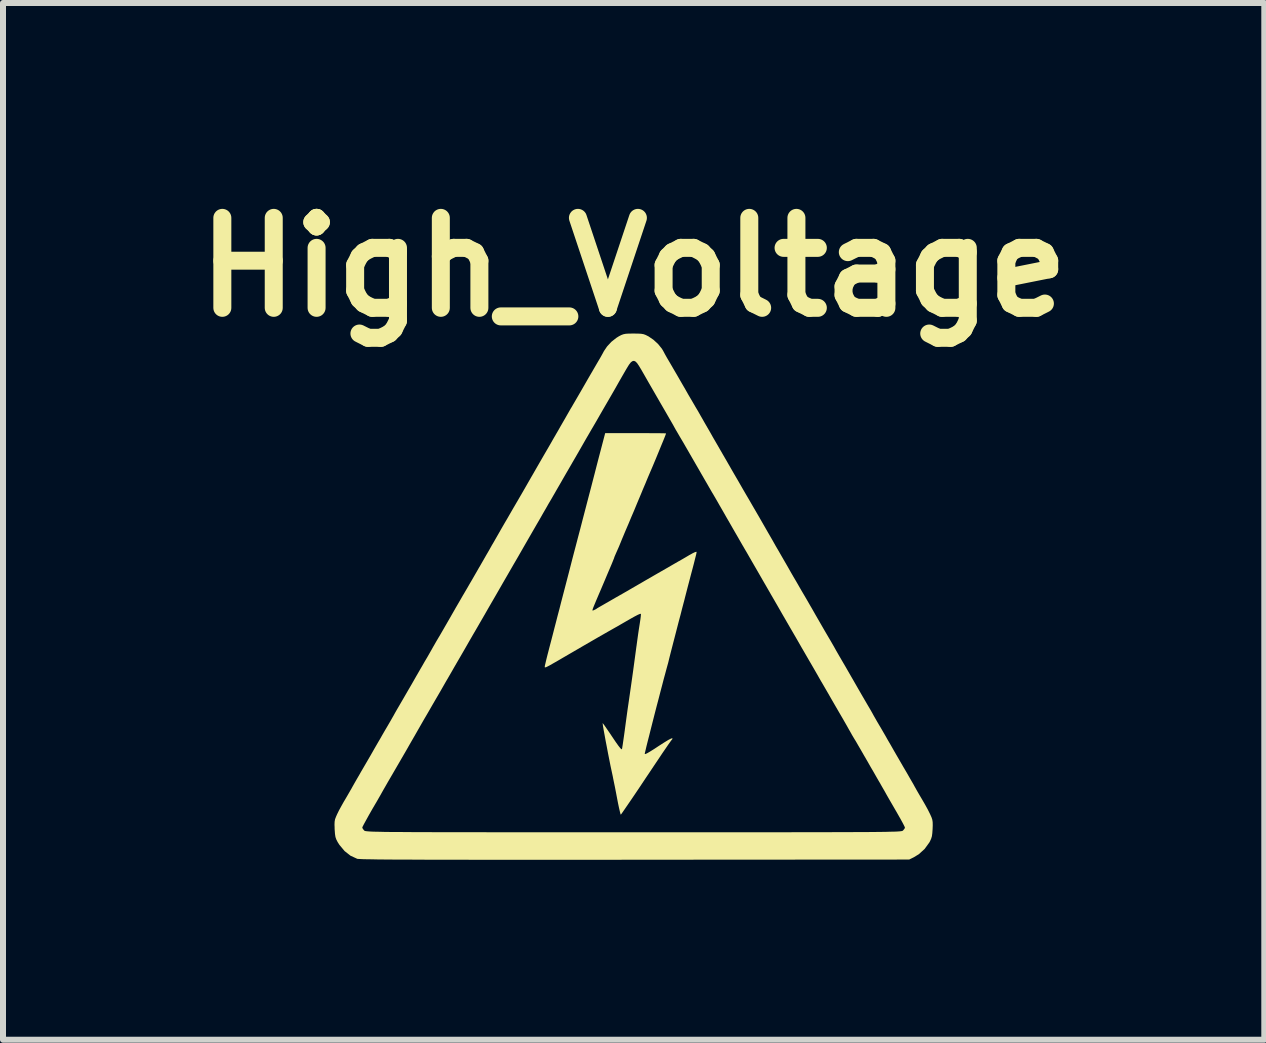
<source format=kicad_pcb>
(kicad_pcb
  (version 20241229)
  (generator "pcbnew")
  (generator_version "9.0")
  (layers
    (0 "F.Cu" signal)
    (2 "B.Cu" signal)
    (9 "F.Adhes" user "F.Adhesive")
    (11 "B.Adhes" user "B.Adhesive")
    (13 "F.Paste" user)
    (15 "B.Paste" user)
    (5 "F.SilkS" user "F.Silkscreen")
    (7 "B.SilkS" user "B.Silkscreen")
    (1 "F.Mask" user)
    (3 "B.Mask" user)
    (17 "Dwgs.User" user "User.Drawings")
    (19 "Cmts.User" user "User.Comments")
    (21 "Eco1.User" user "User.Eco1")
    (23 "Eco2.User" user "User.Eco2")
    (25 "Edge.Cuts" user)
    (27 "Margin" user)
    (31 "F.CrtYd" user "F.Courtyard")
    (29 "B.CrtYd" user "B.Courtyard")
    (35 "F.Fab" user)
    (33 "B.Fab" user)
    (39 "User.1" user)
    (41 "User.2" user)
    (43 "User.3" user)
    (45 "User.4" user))
  (footprint "High_Voltage"
    (layer "F.Cu")
    (at 7.514 6.904)
    (property "Reference" "High_Voltage" (at 0 -5.5 0) (layer "F.SilkS") (effects (font (size 1.5 1.5) (thickness 0.3))))
    (attr board_only exclude_from_pos_files exclude_from_bom)
    (fp_poly (pts (xy 0.155 -2.733) (xy 0.266 -2.732) (xy 0.363 -2.732) (xy 0.442 -2.731) (xy 0.501 -2.73) (xy 0.534 -2.729) (xy 0.54 -2.728) (xy 0.535 -2.71) (xy 0.518 -2.666) (xy 0.491 -2.599) (xy 0.455 -2.512) (xy 0.412 -2.407) (xy 0.363 -2.288) (xy 0.308 -2.157) (xy 0.27 -2.069) (xy 0.233 -1.982) (xy 0.196 -1.892) (xy 0.161 -1.81) (xy 0.134 -1.745) (xy 0.131 -1.737) (xy 0.097 -1.656) (xy 0.055 -1.556) (xy 0.009 -1.444) (xy -0.04 -1.33) (xy -0.085 -1.222) (xy -0.125 -1.129) (xy -0.142 -1.089) (xy -0.17 -1.022) (xy -0.198 -0.955) (xy -0.219 -0.903) (xy -0.244 -0.842) (xy -0.274 -0.774) (xy -0.287 -0.745) (xy -0.307 -0.699) (xy -0.321 -0.666) (xy -0.324 -0.655) (xy -0.326 -0.648) (xy -0.334 -0.629) (xy -0.347 -0.596) (xy -0.367 -0.547) (xy -0.396 -0.479) (xy -0.434 -0.39) (xy -0.481 -0.278) (xy -0.54 -0.139) (xy -0.54 -0.139) (xy -0.588 -0.027) (xy -0.625 0.06) (xy -0.652 0.125) (xy -0.671 0.171) (xy -0.682 0.201) (xy -0.686 0.218) (xy -0.685 0.225) (xy -0.679 0.225) (xy -0.671 0.222) (xy -0.667 0.221) (xy -0.636 0.206) (xy -0.625 0.2) (xy -0.605 0.186) (xy -0.566 0.163) (xy -0.517 0.135) (xy -0.465 0.105) (xy -0.39 0.062) (xy -0.295 0.007) (xy -0.184 -0.056) (xy -0.061 -0.127) (xy 0.07 -0.203) (xy 0.206 -0.282) (xy 0.343 -0.361) (xy 0.44 -0.417) (xy 0.531 -0.469) (xy 0.619 -0.52) (xy 0.697 -0.565) (xy 0.756 -0.599) (xy 0.757 -0.599) (xy 0.804 -0.626) (xy 0.866 -0.662) (xy 0.93 -0.7) (xy 0.938 -0.704) (xy 0.988 -0.732) (xy 1.027 -0.75) (xy 1.048 -0.754) (xy 1.05 -0.752) (xy 1.049 -0.743) (xy 1.047 -0.731) (xy 1.043 -0.711) (xy 1.035 -0.679) (xy 1.023 -0.632) (xy 1.007 -0.567) (xy 0.984 -0.479) (xy 0.957 -0.378) (xy 0.931 -0.278) (xy 0.903 -0.172) (xy 0.877 -0.071) (xy 0.855 0.014) (xy 0.849 0.039) (xy 0.828 0.118) (xy 0.806 0.202) (xy 0.782 0.297) (xy 0.753 0.405) (xy 0.72 0.533) (xy 0.681 0.684) (xy 0.664 0.749) (xy 0.643 0.831) (xy 0.622 0.912) (xy 0.604 0.983) (xy 0.593 1.027) (xy 0.577 1.093) (xy 0.556 1.169) (xy 0.54 1.228) (xy 0.524 1.288) (xy 0.502 1.368) (xy 0.477 1.465) (xy 0.448 1.575) (xy 0.417 1.695) (xy 0.384 1.82) (xy 0.351 1.948) (xy 0.319 2.074) (xy 0.288 2.196) (xy 0.26 2.308) (xy 0.234 2.409) (xy 0.213 2.493) (xy 0.198 2.558) (xy 0.188 2.599) (xy 0.185 2.614) (xy 0.195 2.618) (xy 0.223 2.606) (xy 0.273 2.577) (xy 0.345 2.532) (xy 0.413 2.487) (xy 0.508 2.426) (xy 0.578 2.383) (xy 0.625 2.359) (xy 0.647 2.354) (xy 0.646 2.368) (xy 0.622 2.398) (xy 0.608 2.418) (xy 0.578 2.46) (xy 0.535 2.523) (xy 0.48 2.603) (xy 0.416 2.699) (xy 0.344 2.806) (xy 0.266 2.923) (xy 0.194 3.03) (xy 0.113 3.152) (xy 0.037 3.265) (xy -0.032 3.367) (xy -0.093 3.456) (xy -0.143 3.529) (xy -0.181 3.584) (xy -0.205 3.618) (xy -0.214 3.629) (xy -0.22 3.614) (xy -0.23 3.574) (xy -0.244 3.513) (xy -0.26 3.437) (xy -0.276 3.354) (xy -0.294 3.259) (xy -0.312 3.166) (xy -0.329 3.084) (xy -0.342 3.02) (xy -0.348 2.988) (xy -0.365 2.909) (xy -0.385 2.816) (xy -0.405 2.715) (xy -0.426 2.609) (xy -0.446 2.503) (xy -0.466 2.4) (xy -0.483 2.306) (xy -0.498 2.225) (xy -0.509 2.161) (xy -0.515 2.119) (xy -0.517 2.102) (xy -0.517 2.102) (xy -0.507 2.113) (xy -0.483 2.145) (xy -0.448 2.196) (xy -0.404 2.26) (xy -0.357 2.33) (xy -0.297 2.419) (xy -0.252 2.482) (xy -0.22 2.522) (xy -0.201 2.538) (xy -0.194 2.536) (xy -0.19 2.513) (xy -0.182 2.464) (xy -0.172 2.395) (xy -0.16 2.312) (xy -0.147 2.219) (xy -0.147 2.216) (xy -0.132 2.105) (xy -0.116 1.987) (xy -0.1 1.871) (xy -0.085 1.769) (xy -0.077 1.714) (xy -0.043 1.478) (xy -0.01 1.244) (xy 0.02 1.023) (xy 0.047 0.823) (xy 0.048 0.818) (xy 0.061 0.722) (xy 0.075 0.621) (xy 0.089 0.527) (xy 0.101 0.451) (xy 0.102 0.445) (xy 0.112 0.379) (xy 0.119 0.325) (xy 0.122 0.289) (xy 0.121 0.28) (xy 0.107 0.281) (xy 0.071 0.296) (xy 0.019 0.323) (xy -0.044 0.358) (xy -0.054 0.364) (xy -0.136 0.411) (xy -0.226 0.463) (xy -0.31 0.511) (xy -0.363 0.541) (xy -0.423 0.575) (xy -0.505 0.622) (xy -0.603 0.678) (xy -0.712 0.741) (xy -0.826 0.807) (xy -0.941 0.874) (xy -1.051 0.938) (xy -1.058 0.942) (xy -1.175 1.01) (xy -1.269 1.065) (xy -1.341 1.106) (xy -1.395 1.137) (xy -1.433 1.157) (xy -1.458 1.169) (xy -1.473 1.173) (xy -1.48 1.172) (xy -1.482 1.167) (xy -1.482 1.165) (xy -1.479 1.142) (xy -1.468 1.096) (xy -1.453 1.032) (xy -1.434 0.956) (xy -1.427 0.93) (xy -1.401 0.829) (xy -1.371 0.715) (xy -1.342 0.603) (xy -1.32 0.517) (xy -1.295 0.421) (xy -1.266 0.308) (xy -1.236 0.195) (xy -1.212 0.1) (xy -1.139 -0.18) (xy -1.073 -0.434) (xy -1.021 -0.637) (xy -0.997 -0.729) (xy -0.969 -0.835) (xy -0.942 -0.938) (xy -0.928 -0.992) (xy -0.888 -1.143) (xy -0.847 -1.302) (xy -0.802 -1.474) (xy -0.752 -1.666) (xy -0.711 -1.822) (xy -0.682 -1.934) (xy -0.648 -2.065) (xy -0.613 -2.202) (xy -0.579 -2.333) (xy -0.556 -2.42) (xy -0.474 -2.733) (xy 0.033 -2.733)) (stroke (width 0) (type solid)) (fill yes) (layer "F.SilkS"))
    (fp_poly (pts (xy 0.075 -4.392) (xy 0.127 -4.389) (xy 0.167 -4.382) (xy 0.202 -4.369) (xy 0.241 -4.349) (xy 0.246 -4.347) (xy 0.331 -4.289) (xy 0.409 -4.217) (xy 0.472 -4.139) (xy 0.495 -4.1) (xy 0.521 -4.051) (xy 0.554 -3.992) (xy 0.577 -3.953) (xy 0.6 -3.914) (xy 0.635 -3.854) (xy 0.679 -3.778) (xy 0.73 -3.691) (xy 0.784 -3.597) (xy 0.806 -3.559) (xy 0.86 -3.466) (xy 0.911 -3.376) (xy 0.958 -3.296) (xy 0.996 -3.231) (xy 1.023 -3.185) (xy 1.03 -3.172) (xy 1.065 -3.114) (xy 1.1 -3.053) (xy 1.115 -3.026) (xy 1.144 -2.976) (xy 1.179 -2.914) (xy 1.212 -2.857) (xy 1.246 -2.798) (xy 1.278 -2.743) (xy 1.301 -2.702) (xy 1.316 -2.675) (xy 1.345 -2.625) (xy 1.385 -2.556) (xy 1.434 -2.471) (xy 1.49 -2.374) (xy 1.551 -2.269) (xy 1.614 -2.159) (xy 1.678 -2.048) (xy 1.741 -1.94) (xy 1.791 -1.853) (xy 1.826 -1.792) (xy 1.869 -1.718) (xy 1.913 -1.643) (xy 1.926 -1.621) (xy 1.971 -1.543) (xy 2.029 -1.443) (xy 2.096 -1.328) (xy 2.167 -1.204) (xy 2.241 -1.075) (xy 2.314 -0.949) (xy 2.333 -0.915) (xy 2.369 -0.851) (xy 2.417 -0.769) (xy 2.471 -0.675) (xy 2.527 -0.578) (xy 2.571 -0.502) (xy 2.619 -0.417) (xy 2.664 -0.339) (xy 2.703 -0.273) (xy 2.732 -0.223) (xy 2.749 -0.194) (xy 2.749 -0.193) (xy 2.771 -0.155) (xy 2.801 -0.103) (xy 2.83 -0.054) (xy 2.862 0.000464) (xy 2.903 0.071) (xy 2.946 0.146) (xy 2.969 0.185) (xy 3.035 0.301) (xy 3.11 0.431) (xy 3.186 0.563) (xy 3.257 0.684) (xy 3.286 0.733) (xy 3.32 0.792) (xy 3.353 0.85) (xy 3.374 0.888) (xy 3.401 0.935) (xy 3.435 0.994) (xy 3.463 1.042) (xy 3.495 1.097) (xy 3.536 1.167) (xy 3.579 1.242) (xy 3.602 1.282) (xy 3.669 1.398) (xy 3.744 1.529) (xy 3.822 1.664) (xy 3.896 1.791) (xy 3.919 1.83) (xy 3.952 1.886) (xy 3.983 1.941) (xy 4.002 1.976) (xy 4.026 2.018) (xy 4.058 2.074) (xy 4.089 2.127) (xy 4.122 2.182) (xy 4.163 2.253) (xy 4.207 2.329) (xy 4.232 2.374) (xy 4.288 2.47) (xy 4.35 2.579) (xy 4.422 2.703) (xy 4.506 2.848) (xy 4.552 2.926) (xy 4.6 3.01) (xy 4.637 3.074) (xy 4.665 3.122) (xy 4.686 3.161) (xy 4.706 3.196) (xy 4.71 3.204) (xy 4.734 3.246) (xy 4.767 3.303) (xy 4.805 3.367) (xy 4.819 3.391) (xy 4.86 3.462) (xy 4.902 3.538) (xy 4.936 3.606) (xy 4.943 3.62) (xy 4.966 3.671) (xy 4.98 3.713) (xy 4.986 3.754) (xy 4.987 3.807) (xy 4.985 3.865) (xy 4.98 3.937) (xy 4.973 3.989) (xy 4.96 4.031) (xy 4.94 4.075) (xy 4.929 4.094) (xy 4.852 4.2) (xy 4.755 4.288) (xy 4.671 4.339) (xy 4.594 4.377) (xy 0.023 4.38) (xy -0.439 4.381) (xy -0.87 4.381) (xy -1.273 4.381) (xy -1.647 4.381) (xy -1.995 4.381) (xy -2.315 4.381) (xy -2.611 4.381) (xy -2.881 4.38) (xy -3.129 4.38) (xy -3.353 4.38) (xy -3.556 4.379) (xy -3.737 4.378) (xy -3.899 4.378) (xy -4.041 4.377) (xy -4.165 4.376) (xy -4.272 4.375) (xy -4.362 4.373) (xy -4.437 4.372) (xy -4.497 4.371) (xy -4.544 4.369) (xy -4.577 4.367) (xy -4.599 4.366) (xy -4.609 4.364) (xy -4.72 4.313) (xy -4.819 4.235) (xy -4.905 4.132) (xy -4.935 4.085) (xy -4.957 4.042) (xy -4.971 4.001) (xy -4.979 3.95) (xy -4.984 3.881) (xy -4.985 3.866) (xy -4.985 3.845) (xy -4.524 3.845) (xy -4.514 3.866) (xy -4.493 3.891) (xy -4.49 3.894) (xy -4.486 3.897) (xy -4.479 3.9) (xy -4.47 3.902) (xy -4.456 3.904) (xy -4.438 3.906) (xy -4.413 3.908) (xy -4.38 3.91) (xy -4.339 3.912) (xy -4.289 3.913) (xy -4.229 3.914) (xy -4.156 3.916) (xy -4.072 3.917) (xy -3.973 3.917) (xy -3.86 3.918) (xy -3.731 3.919) (xy -3.585 3.92) (xy -3.421 3.92) (xy -3.239 3.921) (xy -3.036 3.921) (xy -2.813 3.921) (xy -2.567 3.921) (xy -2.298 3.922) (xy -2.005 3.922) (xy -1.686 3.922) (xy -1.342 3.922) (xy -0.969 3.922) (xy -0.569 3.922) (xy -0.139 3.922) (xy 0 3.922) (xy 0.439 3.922) (xy 0.849 3.922) (xy 1.23 3.922) (xy 1.583 3.922) (xy 1.909 3.922) (xy 2.21 3.922) (xy 2.486 3.922) (xy 2.739 3.921) (xy 2.97 3.921) (xy 3.179 3.921) (xy 3.367 3.92) (xy 3.537 3.92) (xy 3.688 3.919) (xy 3.822 3.919) (xy 3.94 3.918) (xy 4.043 3.917) (xy 4.132 3.916) (xy 4.208 3.915) (xy 4.272 3.913) (xy 4.325 3.912) (xy 4.369 3.911) (xy 4.403 3.909) (xy 4.431 3.907) (xy 4.451 3.905) (xy 4.466 3.903) (xy 4.477 3.9) (xy 4.484 3.898) (xy 4.489 3.895) (xy 4.492 3.892) (xy 4.493 3.891) (xy 4.516 3.863) (xy 4.524 3.845) (xy 4.516 3.825) (xy 4.493 3.779) (xy 4.456 3.711) (xy 4.405 3.621) (xy 4.341 3.51) (xy 4.28 3.405) (xy 4.246 3.346) (xy 4.213 3.288) (xy 4.192 3.25) (xy 4.165 3.203) (xy 4.131 3.144) (xy 4.104 3.096) (xy 4.079 3.054) (xy 4.043 2.991) (xy 3.998 2.912) (xy 3.947 2.825) (xy 3.895 2.733) (xy 3.886 2.718) (xy 3.835 2.63) (xy 3.788 2.548) (xy 3.747 2.478) (xy 3.716 2.424) (xy 3.696 2.39) (xy 3.693 2.386) (xy 3.672 2.351) (xy 3.641 2.299) (xy 3.607 2.238) (xy 3.594 2.216) (xy 3.555 2.146) (xy 3.513 2.073) (xy 3.477 2.01) (xy 3.471 2) (xy 3.429 1.928) (xy 3.375 1.835) (xy 3.313 1.728) (xy 3.246 1.611) (xy 3.177 1.492) (xy 3.158 1.459) (xy 3.123 1.4) (xy 3.078 1.321) (xy 3.026 1.23) (xy 2.971 1.135) (xy 2.926 1.058) (xy 2.867 0.956) (xy 2.798 0.837) (xy 2.727 0.713) (xy 2.658 0.594) (xy 2.609 0.51) (xy 2.546 0.401) (xy 2.476 0.28) (xy 2.405 0.156) (xy 2.338 0.04) (xy 2.292 -0.039) (xy 2.222 -0.161) (xy 2.145 -0.294) (xy 2.064 -0.435) (xy 1.98 -0.58) (xy 1.896 -0.726) (xy 1.813 -0.868) (xy 1.735 -1.004) (xy 1.662 -1.13) (xy 1.598 -1.242) (xy 1.543 -1.337) (xy 1.501 -1.411) (xy 1.482 -1.444) (xy 1.434 -1.527) (xy 1.389 -1.606) (xy 1.35 -1.673) (xy 1.321 -1.723) (xy 1.312 -1.737) (xy 1.29 -1.775) (xy 1.26 -1.827) (xy 1.232 -1.876) (xy 1.207 -1.919) (xy 1.17 -1.983) (xy 1.125 -2.061) (xy 1.075 -2.148) (xy 1.027 -2.231) (xy 0.978 -2.316) (xy 0.933 -2.394) (xy 0.895 -2.46) (xy 0.866 -2.51) (xy 0.849 -2.539) (xy 0.849 -2.54) (xy 0.827 -2.578) (xy 0.796 -2.63) (xy 0.767 -2.679) (xy 0.734 -2.736) (xy 0.702 -2.79) (xy 0.682 -2.826) (xy 0.659 -2.868) (xy 0.627 -2.924) (xy 0.599 -2.972) (xy 0.537 -3.08) (xy 0.465 -3.204) (xy 0.39 -3.334) (xy 0.318 -3.459) (xy 0.278 -3.528) (xy 0.235 -3.603) (xy 0.191 -3.68) (xy 0.152 -3.748) (xy 0.132 -3.783) (xy 0.09 -3.853) (xy 0.058 -3.9) (xy 0.032 -3.926) (xy 0.008 -3.937) (xy 0 -3.937) (xy -0.023 -3.931) (xy -0.048 -3.911) (xy -0.078 -3.872) (xy -0.116 -3.81) (xy -0.132 -3.783) (xy -0.165 -3.726) (xy -0.207 -3.653) (xy -0.251 -3.576) (xy -0.278 -3.528) (xy -0.324 -3.447) (xy -0.38 -3.35) (xy -0.442 -3.243) (xy -0.506 -3.133) (xy -0.567 -3.027) (xy -0.622 -2.931) (xy -0.667 -2.854) (xy -0.679 -2.833) (xy -0.703 -2.793) (xy -0.738 -2.732) (xy -0.782 -2.657) (xy -0.829 -2.575) (xy -0.849 -2.54) (xy -0.865 -2.512) (xy -0.893 -2.463) (xy -0.931 -2.397) (xy -0.976 -2.319) (xy -1.025 -2.235) (xy -1.027 -2.231) (xy -1.078 -2.143) (xy -1.128 -2.057) (xy -1.173 -1.979) (xy -1.209 -1.916) (xy -1.232 -1.876) (xy -1.264 -1.821) (xy -1.294 -1.769) (xy -1.312 -1.737) (xy -1.336 -1.696) (xy -1.371 -1.635) (xy -1.415 -1.561) (xy -1.462 -1.478) (xy -1.482 -1.444) (xy -1.516 -1.385) (xy -1.563 -1.302) (xy -1.622 -1.201) (xy -1.69 -1.083) (xy -1.765 -0.953) (xy -1.845 -0.814) (xy -1.928 -0.669) (xy -2.013 -0.523) (xy -2.096 -0.379) (xy -2.176 -0.241) (xy -2.25 -0.112) (xy -2.292 -0.039) (xy -2.351 0.063) (xy -2.42 0.182) (xy -2.491 0.306) (xy -2.56 0.425) (xy -2.609 0.51) (xy -2.672 0.618) (xy -2.742 0.739) (xy -2.813 0.863) (xy -2.88 0.979) (xy -2.926 1.058) (xy -2.98 1.151) (xy -3.035 1.247) (xy -3.087 1.337) (xy -3.132 1.414) (xy -3.16 1.463) (xy -3.228 1.582) (xy -3.297 1.7) (xy -3.362 1.812) (xy -3.419 1.911) (xy -3.465 1.99) (xy -3.471 2) (xy -3.502 2.053) (xy -3.542 2.123) (xy -3.585 2.198) (xy -3.613 2.247) (xy -3.657 2.324) (xy -3.716 2.426) (xy -3.789 2.554) (xy -3.876 2.704) (xy -3.977 2.878) (xy -4.09 3.072) (xy -4.104 3.096) (xy -4.137 3.154) (xy -4.171 3.213) (xy -4.192 3.25) (xy -4.218 3.297) (xy -4.252 3.356) (xy -4.28 3.405) (xy -4.354 3.531) (xy -4.415 3.638) (xy -4.463 3.725) (xy -4.498 3.789) (xy -4.519 3.83) (xy -4.524 3.845) (xy -4.985 3.845) (xy -4.987 3.796) (xy -4.985 3.746) (xy -4.978 3.705) (xy -4.962 3.663) (xy -4.943 3.62) (xy -4.912 3.557) (xy -4.871 3.482) (xy -4.83 3.409) (xy -4.819 3.391) (xy -4.782 3.328) (xy -4.746 3.266) (xy -4.718 3.217) (xy -4.71 3.204) (xy -4.691 3.169) (xy -4.67 3.132) (xy -4.644 3.086) (xy -4.61 3.027) (xy -4.564 2.948) (xy -4.552 2.926) (xy -4.461 2.77) (xy -4.383 2.636) (xy -4.317 2.52) (xy -4.258 2.418) (xy -4.232 2.374) (xy -4.19 2.3) (xy -4.146 2.224) (xy -4.107 2.158) (xy -4.089 2.127) (xy -4.055 2.069) (xy -4.024 2.014) (xy -4.002 1.976) (xy -3.979 1.934) (xy -3.947 1.878) (xy -3.919 1.83) (xy -3.848 1.708) (xy -3.771 1.575) (xy -3.693 1.441) (xy -3.623 1.318) (xy -3.602 1.282) (xy -3.56 1.209) (xy -3.517 1.135) (xy -3.48 1.07) (xy -3.463 1.042) (xy -3.429 0.984) (xy -3.396 0.926) (xy -3.374 0.888) (xy -3.348 0.841) (xy -3.314 0.782) (xy -3.286 0.733) (xy -3.219 0.62) (xy -3.145 0.492) (xy -3.069 0.36) (xy -2.998 0.236) (xy -2.969 0.185) (xy -2.927 0.113) (xy -2.884 0.039) (xy -2.847 -0.026) (xy -2.83 -0.054) (xy -2.798 -0.109) (xy -2.768 -0.16) (xy -2.749 -0.193) (xy -2.733 -0.221) (xy -2.704 -0.27) (xy -2.666 -0.336) (xy -2.621 -0.414) (xy -2.573 -0.498) (xy -2.57 -0.502) (xy -2.516 -0.596) (xy -2.461 -0.692) (xy -2.408 -0.783) (xy -2.364 -0.862) (xy -2.335 -0.911) (xy -2.299 -0.974) (xy -2.252 -1.056) (xy -2.199 -1.149) (xy -2.144 -1.244) (xy -2.104 -1.312) (xy -2.01 -1.475) (xy -1.927 -1.617) (xy -1.851 -1.748) (xy -1.778 -1.875) (xy -1.711 -1.992) (xy -1.675 -2.054) (xy -1.628 -2.136) (xy -1.575 -2.228) (xy -1.519 -2.325) (xy -1.475 -2.401) (xy -1.426 -2.485) (xy -1.381 -2.563) (xy -1.343 -2.63) (xy -1.314 -2.68) (xy -1.297 -2.709) (xy -1.297 -2.71) (xy -1.275 -2.747) (xy -1.245 -2.799) (xy -1.213 -2.856) (xy -1.212 -2.857) (xy -1.177 -2.918) (xy -1.141 -2.98) (xy -1.115 -3.026) (xy -1.084 -3.08) (xy -1.048 -3.143) (xy -1.03 -3.172) (xy -1.009 -3.209) (xy -0.975 -3.267) (xy -0.932 -3.341) (xy -0.882 -3.427) (xy -0.829 -3.519) (xy -0.806 -3.559) (xy -0.752 -3.653) (xy -0.699 -3.744) (xy -0.652 -3.825) (xy -0.613 -3.892) (xy -0.585 -3.94) (xy -0.577 -3.953) (xy -0.544 -4.01) (xy -0.512 -4.068) (xy -0.495 -4.1) (xy -0.443 -4.177) (xy -0.372 -4.254) (xy -0.289 -4.32) (xy -0.246 -4.347) (xy -0.206 -4.368) (xy -0.171 -4.381) (xy -0.132 -4.389) (xy -0.082 -4.392) (xy -0.01 -4.393) (xy 0 -4.393)) (stroke (width 0) (type solid)) (fill yes) (layer "F.SilkS")))
  (gr_rect
    (start -3 -3)
    (end 18.029 14.285)
    (stroke (width 0.1) (type default))
    (fill no)
    (layer "Edge.Cuts")))
</source>
